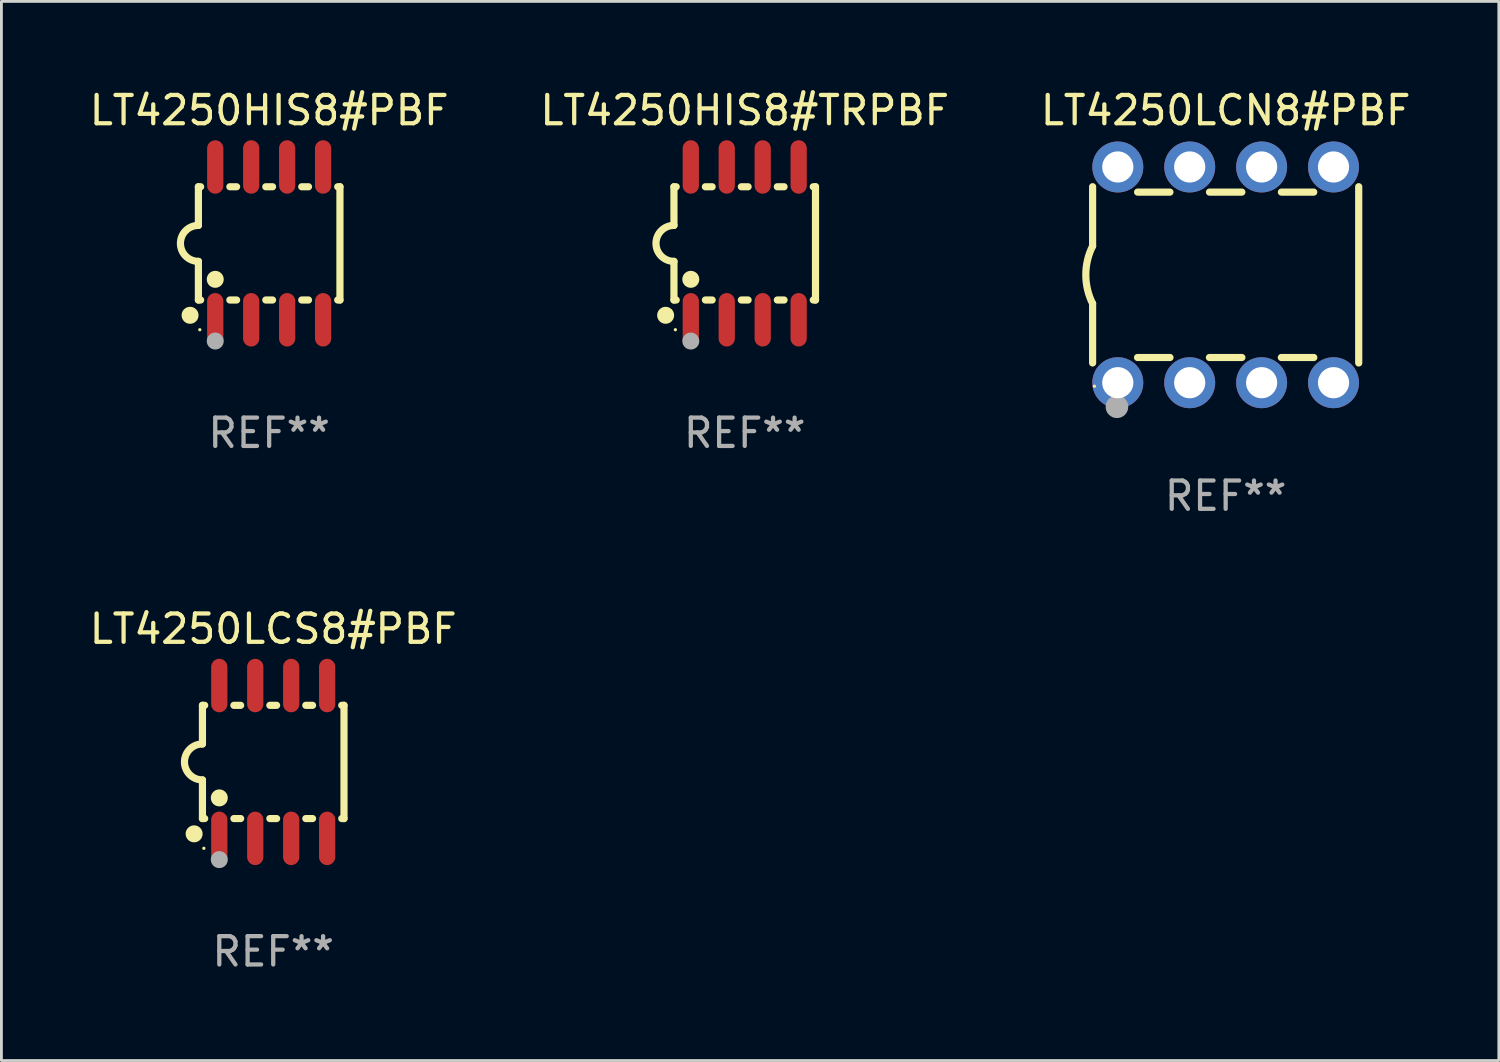
<source format=kicad_pcb>
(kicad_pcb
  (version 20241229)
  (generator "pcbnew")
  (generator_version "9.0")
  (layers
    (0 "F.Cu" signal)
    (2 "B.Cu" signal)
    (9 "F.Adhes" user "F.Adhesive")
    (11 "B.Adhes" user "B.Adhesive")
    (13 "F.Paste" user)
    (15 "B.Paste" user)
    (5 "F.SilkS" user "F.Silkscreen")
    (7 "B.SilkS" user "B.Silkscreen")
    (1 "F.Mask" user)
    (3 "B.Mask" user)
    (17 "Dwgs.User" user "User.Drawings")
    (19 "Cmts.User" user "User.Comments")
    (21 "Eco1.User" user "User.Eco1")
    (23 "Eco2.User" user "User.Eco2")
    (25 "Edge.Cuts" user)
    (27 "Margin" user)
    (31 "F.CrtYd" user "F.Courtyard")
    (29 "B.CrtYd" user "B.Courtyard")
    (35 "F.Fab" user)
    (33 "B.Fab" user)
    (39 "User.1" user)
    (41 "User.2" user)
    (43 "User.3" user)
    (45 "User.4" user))
  (footprint "LT4250LCN8#PBF"
    (layer "F.Cu")
    (at 40.244 6.658)
    (property "Reference" "LT4250LCN8#PBF" (at 0 -5.81 0) (layer "F.SilkS") (effects (font (size 1 1) (thickness 0.15))))
    (attr through_hole)
    (fp_line (start -4.7 -1.017) (end -4.7 -3.113) (stroke (width 0.254) (type solid)) (layer "F.SilkS"))
    (fp_line (start -4.7 1.015) (end -4.7 3.113) (stroke (width 0.254) (type solid)) (layer "F.SilkS"))
    (fp_line (start -3.113 2.92) (end -1.967 2.92) (stroke (width 0.254) (type solid)) (layer "F.SilkS"))
    (fp_line (start -3.111 -2.922) (end -1.969 -2.922) (stroke (width 0.254) (type solid)) (layer "F.SilkS"))
    (fp_line (start -0.573 2.92) (end 0.573 2.92) (stroke (width 0.254) (type solid)) (layer "F.SilkS"))
    (fp_line (start -0.571 -2.922) (end 0.571 -2.922) (stroke (width 0.254) (type solid)) (layer "F.SilkS"))
    (fp_line (start 1.967 2.92) (end 3.113 2.92) (stroke (width 0.254) (type solid)) (layer "F.SilkS"))
    (fp_line (start 1.969 -2.922) (end 3.111 -2.922) (stroke (width 0.254) (type solid)) (layer "F.SilkS"))
    (fp_line (start 4.7 -3.113) (end 4.7 3.113) (stroke (width 0.254) (type solid)) (layer "F.SilkS"))
    (fp_arc (start -4.7 1.01524) (mid -4.939846 -0.000762) (end -4.7 -1.016764) (stroke (width 0.254001) (type solid)) (layer "F.SilkS"))
    (fp_circle (center -4.636 3.935) (end -4.606 3.935) (stroke (width 0.06) (type solid)) (fill no) (layer "F.SilkS"))
    (fp_circle (center -3.84 4.66) (end -3.64 4.66) (stroke (width 0.4) (type solid)) (fill no) (layer "F.Fab"))
    (fp_text user "REF**" (at 0 7.81 0) (layer "F.Fab") (effects (font (size 1 1) (thickness 0.15))))
    (pad "1" thru_hole circle (at -3.81 3.81) (size 1.8 1.8) (drill 1.1) (layers "*.Cu" "*.Mask"))
    (pad "2" thru_hole circle (at -1.27 3.81) (size 1.8 1.8) (drill 1.1) (layers "*.Cu" "*.Mask"))
    (pad "3" thru_hole circle (at 1.27 3.81) (size 1.8 1.8) (drill 1.1) (layers "*.Cu" "*.Mask"))
    (pad "4" thru_hole circle (at 3.81 3.81) (size 1.8 1.8) (drill 1.1) (layers "*.Cu" "*.Mask"))
    (pad "5" thru_hole circle (at 3.81 -3.81) (size 1.8 1.8) (drill 1.1) (layers "*.Cu" "*.Mask"))
    (pad "6" thru_hole circle (at 1.27 -3.81) (size 1.8 1.8) (drill 1.1) (layers "*.Cu" "*.Mask"))
    (pad "7" thru_hole circle (at -1.27 -3.81) (size 1.8 1.8) (drill 1.1) (layers "*.Cu" "*.Mask"))
    (pad "8" thru_hole circle (at -3.81 -3.81) (size 1.8 1.8) (drill 1.1) (layers "*.Cu" "*.Mask")))
  (footprint "LT4250HIS8#PBF"
    (layer "F.Cu")
    (at 6.458 5.547)
    (property "Reference" "LT4250HIS8#PBF" (at 0 -4.699 0) (layer "F.SilkS") (effects (font (size 1 1) (thickness 0.15))))
    (attr through_hole)
    (fp_line (start -2.5 -2) (end -2.5 -0.635) (stroke (width 0.254) (type solid)) (layer "F.SilkS"))
    (fp_line (start -2.5 -2) (end -2.421 -2) (stroke (width 0.254) (type solid)) (layer "F.SilkS"))
    (fp_line (start -2.5 2) (end -2.5 0.635) (stroke (width 0.254) (type solid)) (layer "F.SilkS"))
    (fp_line (start -2.5 2) (end -2.421 2) (stroke (width 0.254) (type solid)) (layer "F.SilkS"))
    (fp_line (start -1.389 -2) (end -1.151 -2) (stroke (width 0.254) (type solid)) (layer "F.SilkS"))
    (fp_line (start -1.389 2) (end -1.151 2) (stroke (width 0.254) (type solid)) (layer "F.SilkS"))
    (fp_line (start -0.119 -2) (end 0.119 -2) (stroke (width 0.254) (type solid)) (layer "F.SilkS"))
    (fp_line (start -0.119 2) (end 0.119 2) (stroke (width 0.254) (type solid)) (layer "F.SilkS"))
    (fp_line (start 1.151 -2) (end 1.389 -2) (stroke (width 0.254) (type solid)) (layer "F.SilkS"))
    (fp_line (start 1.151 2) (end 1.389 2) (stroke (width 0.254) (type solid)) (layer "F.SilkS"))
    (fp_line (start 2.421 -2) (end 2.5 -2) (stroke (width 0.254) (type solid)) (layer "F.SilkS"))
    (fp_line (start 2.421 2) (end 2.5 2) (stroke (width 0.254) (type solid)) (layer "F.SilkS"))
    (fp_line (start 2.5 -2) (end 2.5 2) (stroke (width 0.254) (type solid)) (layer "F.SilkS"))
    (fp_arc (start -2.5 0.635001) (mid -3.134366 -0.000318) (end -2.499365 -0.635001) (stroke (width 0.254001) (type solid)) (layer "F.SilkS"))
    (fp_circle (center -2.794 2.54) (end -2.644 2.54) (stroke (width 0.3) (type solid)) (fill no) (layer "F.SilkS"))
    (fp_circle (center -2.45 3.05) (end -2.42 3.05) (stroke (width 0.06) (type solid)) (fill no) (layer "F.SilkS"))
    (fp_circle (center -1.905 1.27) (end -1.755 1.27) (stroke (width 0.3) (type solid)) (fill no) (layer "F.SilkS"))
    (fp_circle (center -1.905 3.45) (end -1.755 3.45) (stroke (width 0.3) (type solid)) (fill no) (layer "F.Fab"))
    (fp_text user "REF**" (at 0 6.699 0) (layer "F.Fab") (effects (font (size 1 1) (thickness 0.15))))
    (pad "1" smd oval (at -1.905 2.699) (size 0.574 1.888) (layers "F.Cu" "F.Mask" "F.Paste"))
    (pad "2" smd oval (at -0.635 2.699) (size 0.574 1.888) (layers "F.Cu" "F.Mask" "F.Paste"))
    (pad "3" smd oval (at 0.635 2.699) (size 0.574 1.888) (layers "F.Cu" "F.Mask" "F.Paste"))
    (pad "4" smd oval (at 1.905 2.699) (size 0.574 1.888) (layers "F.Cu" "F.Mask" "F.Paste"))
    (pad "5" smd oval (at 1.905 -2.699) (size 0.574 1.888) (layers "F.Cu" "F.Mask" "F.Paste"))
    (pad "6" smd oval (at 0.635 -2.699) (size 0.574 1.888) (layers "F.Cu" "F.Mask" "F.Paste"))
    (pad "7" smd oval (at -0.635 -2.699) (size 0.574 1.888) (layers "F.Cu" "F.Mask" "F.Paste"))
    (pad "8" smd oval (at -1.905 -2.699) (size 0.574 1.888) (layers "F.Cu" "F.Mask" "F.Paste")))
  (footprint "LT4250HIS8#TRPBF"
    (layer "F.Cu")
    (at 23.256 5.547)
    (property "Reference" "LT4250HIS8#TRPBF" (at 0 -4.699 0) (layer "F.SilkS") (effects (font (size 1 1) (thickness 0.15))))
    (attr through_hole)
    (fp_line (start -2.5 -2) (end -2.5 -0.635) (stroke (width 0.254) (type solid)) (layer "F.SilkS"))
    (fp_line (start -2.5 -2) (end -2.421 -2) (stroke (width 0.254) (type solid)) (layer "F.SilkS"))
    (fp_line (start -2.5 2) (end -2.5 0.635) (stroke (width 0.254) (type solid)) (layer "F.SilkS"))
    (fp_line (start -2.5 2) (end -2.421 2) (stroke (width 0.254) (type solid)) (layer "F.SilkS"))
    (fp_line (start -1.389 -2) (end -1.151 -2) (stroke (width 0.254) (type solid)) (layer "F.SilkS"))
    (fp_line (start -1.389 2) (end -1.151 2) (stroke (width 0.254) (type solid)) (layer "F.SilkS"))
    (fp_line (start -0.119 -2) (end 0.119 -2) (stroke (width 0.254) (type solid)) (layer "F.SilkS"))
    (fp_line (start -0.119 2) (end 0.119 2) (stroke (width 0.254) (type solid)) (layer "F.SilkS"))
    (fp_line (start 1.151 -2) (end 1.389 -2) (stroke (width 0.254) (type solid)) (layer "F.SilkS"))
    (fp_line (start 1.151 2) (end 1.389 2) (stroke (width 0.254) (type solid)) (layer "F.SilkS"))
    (fp_line (start 2.421 -2) (end 2.5 -2) (stroke (width 0.254) (type solid)) (layer "F.SilkS"))
    (fp_line (start 2.421 2) (end 2.5 2) (stroke (width 0.254) (type solid)) (layer "F.SilkS"))
    (fp_line (start 2.5 -2) (end 2.5 2) (stroke (width 0.254) (type solid)) (layer "F.SilkS"))
    (fp_arc (start -2.5 0.635001) (mid -3.134366 -0.000318) (end -2.499365 -0.635001) (stroke (width 0.254001) (type solid)) (layer "F.SilkS"))
    (fp_circle (center -2.794 2.54) (end -2.644 2.54) (stroke (width 0.3) (type solid)) (fill no) (layer "F.SilkS"))
    (fp_circle (center -2.45 3.05) (end -2.42 3.05) (stroke (width 0.06) (type solid)) (fill no) (layer "F.SilkS"))
    (fp_circle (center -1.905 1.27) (end -1.755 1.27) (stroke (width 0.3) (type solid)) (fill no) (layer "F.SilkS"))
    (fp_circle (center -1.905 3.45) (end -1.755 3.45) (stroke (width 0.3) (type solid)) (fill no) (layer "F.Fab"))
    (fp_text user "REF**" (at 0 6.699 0) (layer "F.Fab") (effects (font (size 1 1) (thickness 0.15))))
    (pad "1" smd oval (at -1.905 2.699) (size 0.574 1.888) (layers "F.Cu" "F.Mask" "F.Paste"))
    (pad "2" smd oval (at -0.635 2.699) (size 0.574 1.888) (layers "F.Cu" "F.Mask" "F.Paste"))
    (pad "3" smd oval (at 0.635 2.699) (size 0.574 1.888) (layers "F.Cu" "F.Mask" "F.Paste"))
    (pad "4" smd oval (at 1.905 2.699) (size 0.574 1.888) (layers "F.Cu" "F.Mask" "F.Paste"))
    (pad "5" smd oval (at 1.905 -2.699) (size 0.574 1.888) (layers "F.Cu" "F.Mask" "F.Paste"))
    (pad "6" smd oval (at 0.635 -2.699) (size 0.574 1.888) (layers "F.Cu" "F.Mask" "F.Paste"))
    (pad "7" smd oval (at -0.635 -2.699) (size 0.574 1.888) (layers "F.Cu" "F.Mask" "F.Paste"))
    (pad "8" smd oval (at -1.905 -2.699) (size 0.574 1.888) (layers "F.Cu" "F.Mask" "F.Paste")))
  (footprint "LT4250LCS8#PBF"
    (layer "F.Cu")
    (at 6.601 23.864)
    (property "Reference" "LT4250LCS8#PBF" (at 0 -4.699 0) (layer "F.SilkS") (effects (font (size 1 1) (thickness 0.15))))
    (attr through_hole)
    (fp_line (start -2.5 -2) (end -2.5 -0.635) (stroke (width 0.254) (type solid)) (layer "F.SilkS"))
    (fp_line (start -2.5 -2) (end -2.421 -2) (stroke (width 0.254) (type solid)) (layer "F.SilkS"))
    (fp_line (start -2.5 2) (end -2.5 0.635) (stroke (width 0.254) (type solid)) (layer "F.SilkS"))
    (fp_line (start -2.5 2) (end -2.421 2) (stroke (width 0.254) (type solid)) (layer "F.SilkS"))
    (fp_line (start -1.389 -2) (end -1.151 -2) (stroke (width 0.254) (type solid)) (layer "F.SilkS"))
    (fp_line (start -1.389 2) (end -1.151 2) (stroke (width 0.254) (type solid)) (layer "F.SilkS"))
    (fp_line (start -0.119 -2) (end 0.119 -2) (stroke (width 0.254) (type solid)) (layer "F.SilkS"))
    (fp_line (start -0.119 2) (end 0.119 2) (stroke (width 0.254) (type solid)) (layer "F.SilkS"))
    (fp_line (start 1.151 -2) (end 1.389 -2) (stroke (width 0.254) (type solid)) (layer "F.SilkS"))
    (fp_line (start 1.151 2) (end 1.389 2) (stroke (width 0.254) (type solid)) (layer "F.SilkS"))
    (fp_line (start 2.421 -2) (end 2.5 -2) (stroke (width 0.254) (type solid)) (layer "F.SilkS"))
    (fp_line (start 2.421 2) (end 2.5 2) (stroke (width 0.254) (type solid)) (layer "F.SilkS"))
    (fp_line (start 2.5 -2) (end 2.5 2) (stroke (width 0.254) (type solid)) (layer "F.SilkS"))
    (fp_arc (start -2.5 0.635001) (mid -3.134366 -0.000318) (end -2.499365 -0.635001) (stroke (width 0.254001) (type solid)) (layer "F.SilkS"))
    (fp_circle (center -2.794 2.54) (end -2.644 2.54) (stroke (width 0.3) (type solid)) (fill no) (layer "F.SilkS"))
    (fp_circle (center -2.45 3.05) (end -2.42 3.05) (stroke (width 0.06) (type solid)) (fill no) (layer "F.SilkS"))
    (fp_circle (center -1.905 1.27) (end -1.755 1.27) (stroke (width 0.3) (type solid)) (fill no) (layer "F.SilkS"))
    (fp_circle (center -1.905 3.45) (end -1.755 3.45) (stroke (width 0.3) (type solid)) (fill no) (layer "F.Fab"))
    (fp_text user "REF**" (at 0 6.699 0) (layer "F.Fab") (effects (font (size 1 1) (thickness 0.15))))
    (pad "1" smd oval (at -1.905 2.699) (size 0.574 1.888) (layers "F.Cu" "F.Mask" "F.Paste"))
    (pad "2" smd oval (at -0.635 2.699) (size 0.574 1.888) (layers "F.Cu" "F.Mask" "F.Paste"))
    (pad "3" smd oval (at 0.635 2.699) (size 0.574 1.888) (layers "F.Cu" "F.Mask" "F.Paste"))
    (pad "4" smd oval (at 1.905 2.699) (size 0.574 1.888) (layers "F.Cu" "F.Mask" "F.Paste"))
    (pad "5" smd oval (at 1.905 -2.699) (size 0.574 1.888) (layers "F.Cu" "F.Mask" "F.Paste"))
    (pad "6" smd oval (at 0.635 -2.699) (size 0.574 1.888) (layers "F.Cu" "F.Mask" "F.Paste"))
    (pad "7" smd oval (at -0.635 -2.699) (size 0.574 1.888) (layers "F.Cu" "F.Mask" "F.Paste"))
    (pad "8" smd oval (at -1.905 -2.699) (size 0.574 1.888) (layers "F.Cu" "F.Mask" "F.Paste")))
  (gr_rect
    (start -3 -3)
    (end 49.893 34.411)
    (stroke (width 0.1) (type default))
    (fill no)
    (layer "Edge.Cuts")))
</source>
